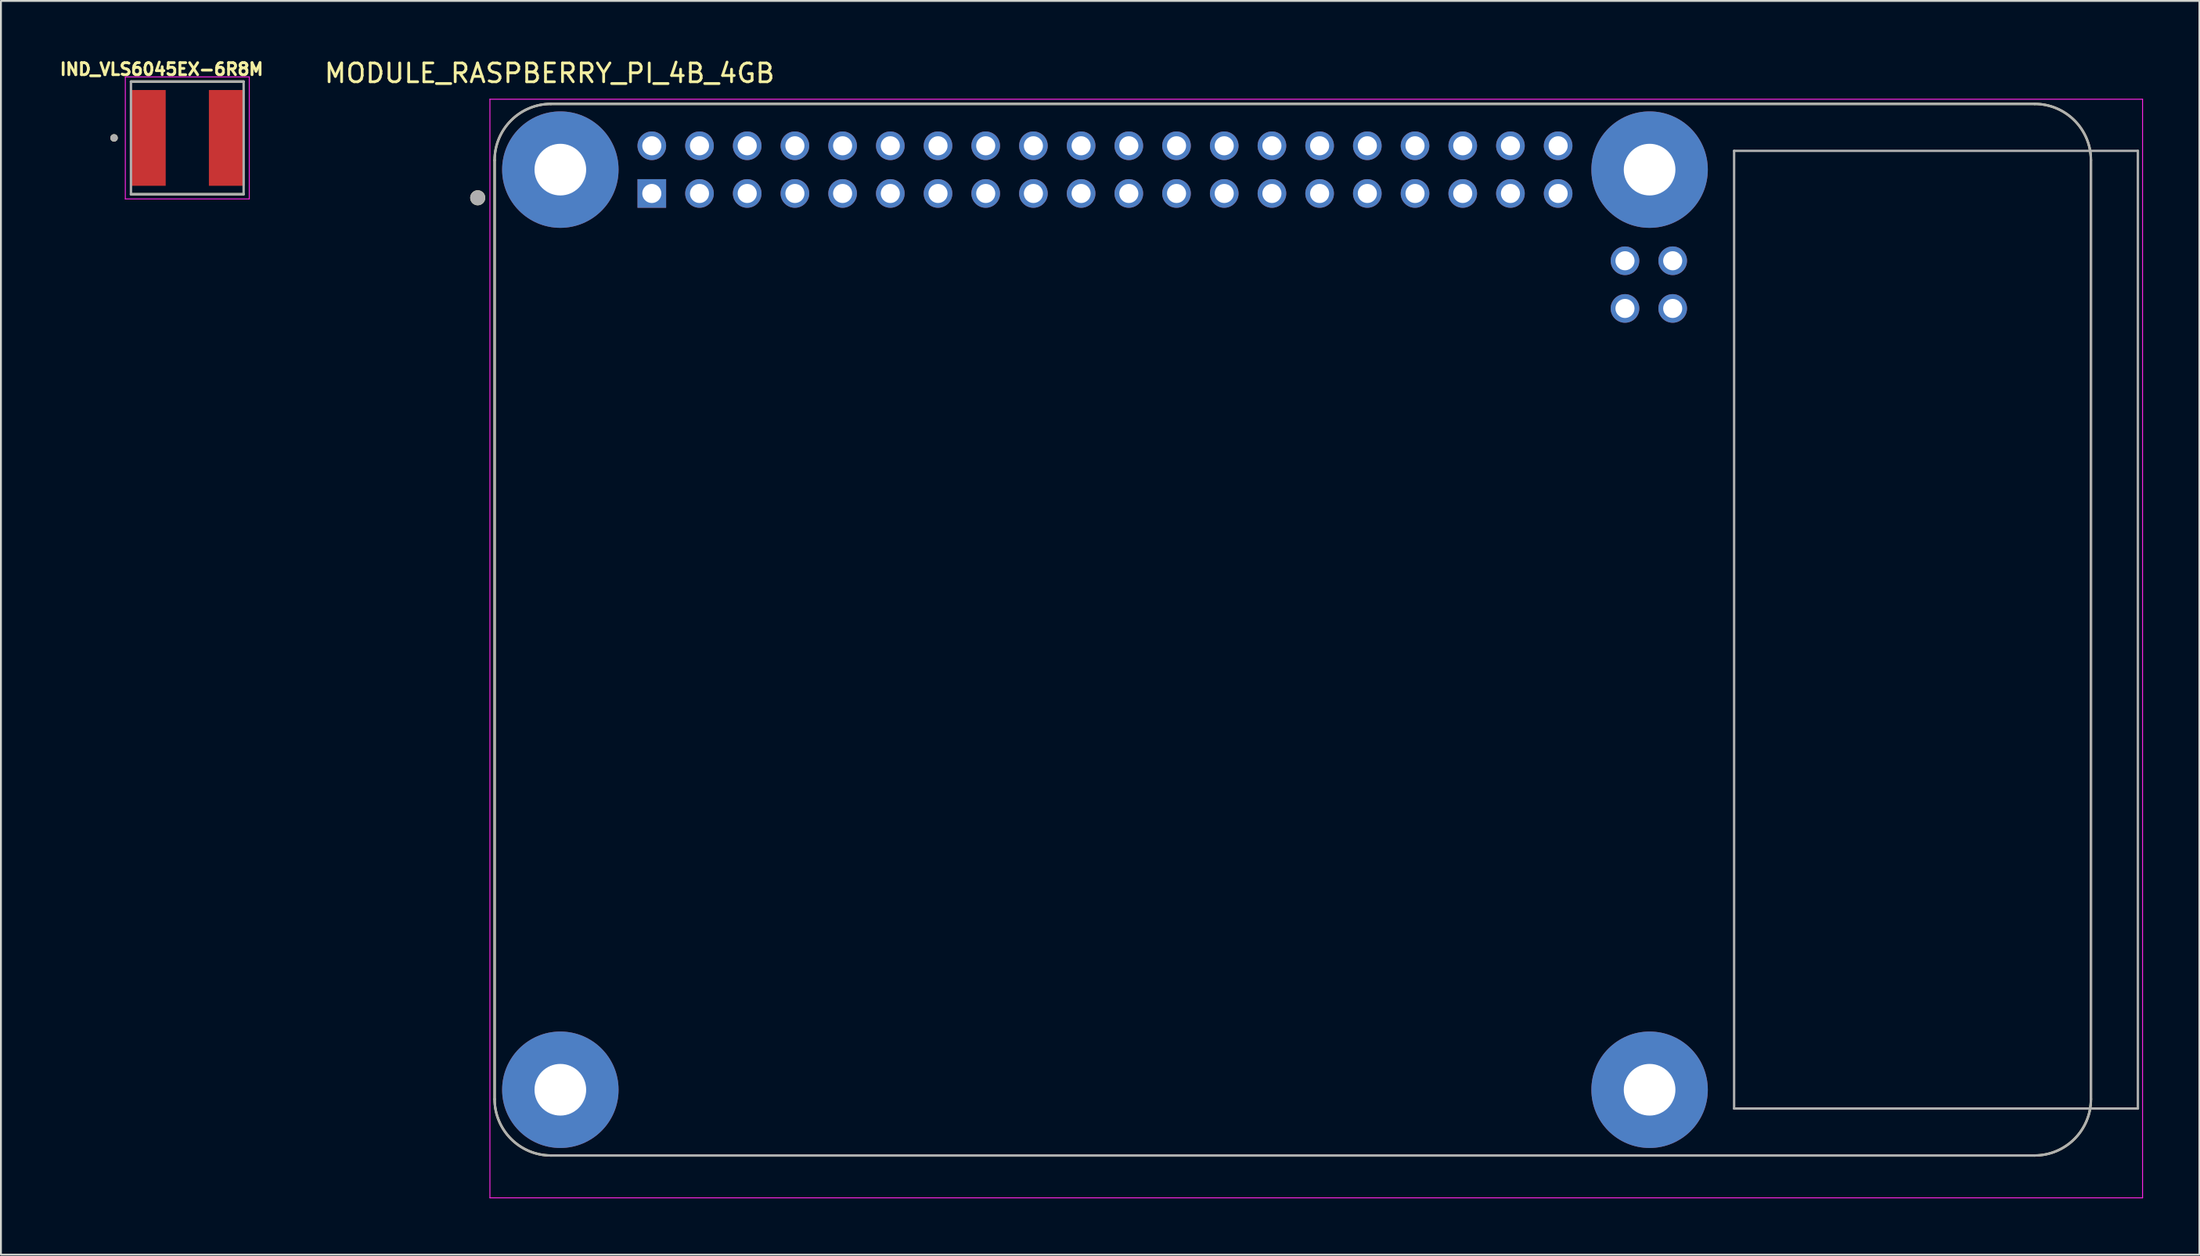
<source format=kicad_pcb>
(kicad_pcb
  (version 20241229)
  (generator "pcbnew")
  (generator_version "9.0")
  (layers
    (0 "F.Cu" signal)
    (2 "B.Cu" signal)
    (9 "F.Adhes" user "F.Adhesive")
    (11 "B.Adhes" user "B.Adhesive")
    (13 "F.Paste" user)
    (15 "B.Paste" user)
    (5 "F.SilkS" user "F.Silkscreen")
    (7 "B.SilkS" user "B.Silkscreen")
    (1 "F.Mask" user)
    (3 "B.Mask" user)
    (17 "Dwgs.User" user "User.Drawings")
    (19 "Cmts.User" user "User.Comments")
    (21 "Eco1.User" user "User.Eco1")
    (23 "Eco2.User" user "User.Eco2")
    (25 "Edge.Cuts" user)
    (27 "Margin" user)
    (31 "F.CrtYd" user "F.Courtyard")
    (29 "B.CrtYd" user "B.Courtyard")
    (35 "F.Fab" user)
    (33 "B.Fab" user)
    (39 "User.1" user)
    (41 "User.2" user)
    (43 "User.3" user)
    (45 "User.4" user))
  (footprint "MODULE_RASPBERRY_PI_4B_4GB"
    (layer "F.Cu")
    (at 65.787 30.483)
    (property "Reference" "MODULE_RASPBERRY_PI_4B_4GB" (at -39.575 -29.635 0) (layer "F.SilkS") (effects (font (size 1 1) (thickness 0.15))))
    (attr through_hole)
    (fp_line (start -42.5 -25) (end -42.5 25) (stroke (width 0.127) (type solid)) (layer "F.SilkS"))
    (fp_line (start -39.5 28) (end 39.5 28) (stroke (width 0.127) (type solid)) (layer "F.SilkS"))
    (fp_line (start 39.5 -28) (end -39.5 -28) (stroke (width 0.127) (type solid)) (layer "F.SilkS"))
    (fp_line (start 42.5 25) (end 42.5 -25) (stroke (width 0.127) (type solid)) (layer "F.SilkS"))
    (fp_arc (start -42.5 -25) (mid -41.62132 -27.12132) (end -39.5 -28) (stroke (width 0.127) (type solid)) (layer "F.SilkS"))
    (fp_arc (start -39.5 28) (mid -41.62132 27.12132) (end -42.5 25) (stroke (width 0.127) (type solid)) (layer "F.SilkS"))
    (fp_arc (start 39.5 -28) (mid 41.62132 -27.12132) (end 42.5 -25) (stroke (width 0.127) (type solid)) (layer "F.SilkS"))
    (fp_arc (start 42.5 25) (mid 41.62132 27.12132) (end 39.5 28) (stroke (width 0.127) (type solid)) (layer "F.SilkS"))
    (fp_circle (center -43.4 -23) (end -43.2 -23) (stroke (width 0.4) (type solid)) (fill no) (layer "F.SilkS"))
    (fp_line (start -42.75 -28.25) (end 45.25 -28.25) (stroke (width 0.05) (type solid)) (layer "F.CrtYd"))
    (fp_line (start -42.75 30.255) (end -42.75 -28.25) (stroke (width 0.05) (type solid)) (layer "F.CrtYd"))
    (fp_line (start 45.25 -28.25) (end 45.25 30.255) (stroke (width 0.05) (type solid)) (layer "F.CrtYd"))
    (fp_line (start 45.25 30.255) (end -42.75 30.255) (stroke (width 0.05) (type solid)) (layer "F.CrtYd"))
    (fp_line (start -42.5 -25) (end -42.5 25) (stroke (width 0.127) (type solid)) (layer "F.Fab"))
    (fp_line (start -39.5 28) (end 39.5 28) (stroke (width 0.127) (type solid)) (layer "F.Fab"))
    (fp_line (start 23.5 -25.5) (end 23.5 25.5) (stroke (width 0.127) (type solid)) (layer "F.Fab"))
    (fp_line (start 23.5 25.5) (end 45 25.5) (stroke (width 0.127) (type solid)) (layer "F.Fab"))
    (fp_line (start 39.5 -28) (end -39.5 -28) (stroke (width 0.127) (type solid)) (layer "F.Fab"))
    (fp_line (start 42.5 25) (end 42.5 -25) (stroke (width 0.127) (type solid)) (layer "F.Fab"))
    (fp_line (start 45 -25.5) (end 23.5 -25.5) (stroke (width 0.127) (type solid)) (layer "F.Fab"))
    (fp_line (start 45 25.5) (end 45 -25.5) (stroke (width 0.127) (type solid)) (layer "F.Fab"))
    (fp_arc (start -42.5 -25) (mid -41.62132 -27.12132) (end -39.5 -28) (stroke (width 0.127) (type solid)) (layer "F.Fab"))
    (fp_arc (start -39.5 28) (mid -41.62132 27.12132) (end -42.5 25) (stroke (width 0.127) (type solid)) (layer "F.Fab"))
    (fp_arc (start 39.5 -28) (mid 41.62132 -27.12132) (end 42.5 -25) (stroke (width 0.127) (type solid)) (layer "F.Fab"))
    (fp_arc (start 42.5 25) (mid 41.62132 27.12132) (end 39.5 28) (stroke (width 0.127) (type solid)) (layer "F.Fab"))
    (fp_circle (center -43.4 -23) (end -43.2 -23) (stroke (width 0.4) (type solid)) (fill no) (layer "F.Fab"))
    (pad "1" thru_hole rect (at -34.13 -23.23) (size 1.524 1.524) (drill 1.016) (layers "*.Cu" "*.Mask"))
    (pad "2" thru_hole circle (at -34.13 -25.77) (size 1.524 1.524) (drill 1.016) (layers "*.Cu" "*.Mask"))
    (pad "3" thru_hole circle (at -31.59 -23.23) (size 1.524 1.524) (drill 1.016) (layers "*.Cu" "*.Mask"))
    (pad "4" thru_hole circle (at -31.59 -25.77) (size 1.524 1.524) (drill 1.016) (layers "*.Cu" "*.Mask"))
    (pad "5" thru_hole circle (at -29.05 -23.23) (size 1.524 1.524) (drill 1.016) (layers "*.Cu" "*.Mask"))
    (pad "6" thru_hole circle (at -29.05 -25.77) (size 1.524 1.524) (drill 1.016) (layers "*.Cu" "*.Mask"))
    (pad "7" thru_hole circle (at -26.51 -23.23) (size 1.524 1.524) (drill 1.016) (layers "*.Cu" "*.Mask"))
    (pad "8" thru_hole circle (at -26.51 -25.77) (size 1.524 1.524) (drill 1.016) (layers "*.Cu" "*.Mask"))
    (pad "9" thru_hole circle (at -23.97 -23.23) (size 1.524 1.524) (drill 1.016) (layers "*.Cu" "*.Mask"))
    (pad "10" thru_hole circle (at -23.97 -25.77) (size 1.524 1.524) (drill 1.016) (layers "*.Cu" "*.Mask"))
    (pad "11" thru_hole circle (at -21.43 -23.23) (size 1.524 1.524) (drill 1.016) (layers "*.Cu" "*.Mask"))
    (pad "12" thru_hole circle (at -21.43 -25.77) (size 1.524 1.524) (drill 1.016) (layers "*.Cu" "*.Mask"))
    (pad "13" thru_hole circle (at -18.89 -23.23) (size 1.524 1.524) (drill 1.016) (layers "*.Cu" "*.Mask"))
    (pad "14" thru_hole circle (at -18.89 -25.77) (size 1.524 1.524) (drill 1.016) (layers "*.Cu" "*.Mask"))
    (pad "15" thru_hole circle (at -16.35 -23.23) (size 1.524 1.524) (drill 1.016) (layers "*.Cu" "*.Mask"))
    (pad "16" thru_hole circle (at -16.35 -25.77) (size 1.524 1.524) (drill 1.016) (layers "*.Cu" "*.Mask"))
    (pad "17" thru_hole circle (at -13.81 -23.23) (size 1.524 1.524) (drill 1.016) (layers "*.Cu" "*.Mask"))
    (pad "18" thru_hole circle (at -13.81 -25.77) (size 1.524 1.524) (drill 1.016) (layers "*.Cu" "*.Mask"))
    (pad "19" thru_hole circle (at -11.27 -23.23) (size 1.524 1.524) (drill 1.016) (layers "*.Cu" "*.Mask"))
    (pad "20" thru_hole circle (at -11.27 -25.77) (size 1.524 1.524) (drill 1.016) (layers "*.Cu" "*.Mask"))
    (pad "21" thru_hole circle (at -8.73 -23.23) (size 1.524 1.524) (drill 1.016) (layers "*.Cu" "*.Mask"))
    (pad "22" thru_hole circle (at -8.73 -25.77) (size 1.524 1.524) (drill 1.016) (layers "*.Cu" "*.Mask"))
    (pad "23" thru_hole circle (at -6.19 -23.23) (size 1.524 1.524) (drill 1.016) (layers "*.Cu" "*.Mask"))
    (pad "24" thru_hole circle (at -6.19 -25.77) (size 1.524 1.524) (drill 1.016) (layers "*.Cu" "*.Mask"))
    (pad "25" thru_hole circle (at -3.65 -23.23) (size 1.524 1.524) (drill 1.016) (layers "*.Cu" "*.Mask"))
    (pad "26" thru_hole circle (at -3.65 -25.77) (size 1.524 1.524) (drill 1.016) (layers "*.Cu" "*.Mask"))
    (pad "27" thru_hole circle (at -1.11 -23.23) (size 1.524 1.524) (drill 1.016) (layers "*.Cu" "*.Mask"))
    (pad "28" thru_hole circle (at -1.11 -25.77) (size 1.524 1.524) (drill 1.016) (layers "*.Cu" "*.Mask"))
    (pad "29" thru_hole circle (at 1.43 -23.23) (size 1.524 1.524) (drill 1.016) (layers "*.Cu" "*.Mask"))
    (pad "30" thru_hole circle (at 1.43 -25.77) (size 1.524 1.524) (drill 1.016) (layers "*.Cu" "*.Mask"))
    (pad "31" thru_hole circle (at 3.97 -23.23) (size 1.524 1.524) (drill 1.016) (layers "*.Cu" "*.Mask"))
    (pad "32" thru_hole circle (at 3.97 -25.77) (size 1.524 1.524) (drill 1.016) (layers "*.Cu" "*.Mask"))
    (pad "33" thru_hole circle (at 6.51 -23.23) (size 1.524 1.524) (drill 1.016) (layers "*.Cu" "*.Mask"))
    (pad "34" thru_hole circle (at 6.51 -25.77) (size 1.524 1.524) (drill 1.016) (layers "*.Cu" "*.Mask"))
    (pad "35" thru_hole circle (at 9.05 -23.23) (size 1.524 1.524) (drill 1.016) (layers "*.Cu" "*.Mask"))
    (pad "36" thru_hole circle (at 9.05 -25.77) (size 1.524 1.524) (drill 1.016) (layers "*.Cu" "*.Mask"))
    (pad "37" thru_hole circle (at 11.59 -23.23) (size 1.524 1.524) (drill 1.016) (layers "*.Cu" "*.Mask"))
    (pad "38" thru_hole circle (at 11.59 -25.77) (size 1.524 1.524) (drill 1.016) (layers "*.Cu" "*.Mask"))
    (pad "39" thru_hole circle (at 14.13 -23.23) (size 1.524 1.524) (drill 1.016) (layers "*.Cu" "*.Mask"))
    (pad "40" thru_hole circle (at 14.13 -25.77) (size 1.524 1.524) (drill 1.016) (layers "*.Cu" "*.Mask"))
    (pad "41" thru_hole circle (at 20.23 -17.107) (size 1.524 1.524) (drill 1.016) (layers "*.Cu" "*.Mask"))
    (pad "42" thru_hole circle (at 20.23 -19.647) (size 1.524 1.524) (drill 1.016) (layers "*.Cu" "*.Mask"))
    (pad "43" thru_hole circle (at 17.69 -17.107) (size 1.524 1.524) (drill 1.016) (layers "*.Cu" "*.Mask"))
    (pad "44" thru_hole circle (at 17.69 -19.647) (size 1.524 1.524) (drill 1.016) (layers "*.Cu" "*.Mask"))
    (pad "S1" thru_hole circle (at -39 -24.5) (size 6.2 6.2) (drill 2.75) (layers "*.Cu" "*.Mask"))
    (pad "S2" thru_hole circle (at 19 -24.5) (size 6.2 6.2) (drill 2.75) (layers "*.Cu" "*.Mask"))
    (pad "S3" thru_hole circle (at 19 24.5) (size 6.2 6.2) (drill 2.75) (layers "*.Cu" "*.Mask"))
    (pad "S4" thru_hole circle (at -39 24.5) (size 6.2 6.2) (drill 2.75) (layers "*.Cu" "*.Mask")))
  (footprint "IND_VLS6045EX-6R8M"
    (layer "F.Cu")
    (at 6.923 4.294)
    (property "Reference" "IND_VLS6045EX-6R8M" (at -1.368 -3.656 0) (layer "F.SilkS") (effects (font (size 0.64 0.64) (thickness 0.15))))
    (attr smd)
    (fp_line (start -3 -3) (end 3 -3) (stroke (width 0.127) (type solid)) (layer "F.SilkS"))
    (fp_line (start -3 3) (end 3 3) (stroke (width 0.127) (type solid)) (layer "F.SilkS"))
    (fp_circle (center -3.9 0) (end -3.8 0) (stroke (width 0.2) (type solid)) (fill no) (layer "F.SilkS"))
    (fp_line (start -3.3 -3.25) (end -3.3 3.25) (stroke (width 0.05) (type solid)) (layer "F.CrtYd"))
    (fp_line (start -3.3 3.25) (end 3.3 3.25) (stroke (width 0.05) (type solid)) (layer "F.CrtYd"))
    (fp_line (start 3.3 -3.25) (end -3.3 -3.25) (stroke (width 0.05) (type solid)) (layer "F.CrtYd"))
    (fp_line (start 3.3 3.25) (end 3.3 -3.25) (stroke (width 0.05) (type solid)) (layer "F.CrtYd"))
    (fp_line (start -3 -3) (end -3 3) (stroke (width 0.127) (type solid)) (layer "F.Fab"))
    (fp_line (start -3 -3) (end 3 -3) (stroke (width 0.127) (type solid)) (layer "F.Fab"))
    (fp_line (start -3 3) (end 3 3) (stroke (width 0.127) (type solid)) (layer "F.Fab"))
    (fp_line (start 3 -3) (end 3 3) (stroke (width 0.127) (type solid)) (layer "F.Fab"))
    (fp_circle (center -3.9 0) (end -3.8 0) (stroke (width 0.2) (type solid)) (fill no) (layer "F.Fab"))
    (pad "1" smd rect (at -2.1 0) (size 1.9 5.1) (layers "F.Cu" "F.Mask" "F.Paste"))
    (pad "2" smd rect (at 2.1 0) (size 1.9 5.1) (layers "F.Cu" "F.Mask" "F.Paste")))
  (gr_rect
    (start -3 -3)
    (end 114.062 63.763)
    (stroke (width 0.1) (type default))
    (fill no)
    (layer "Edge.Cuts")))
</source>
